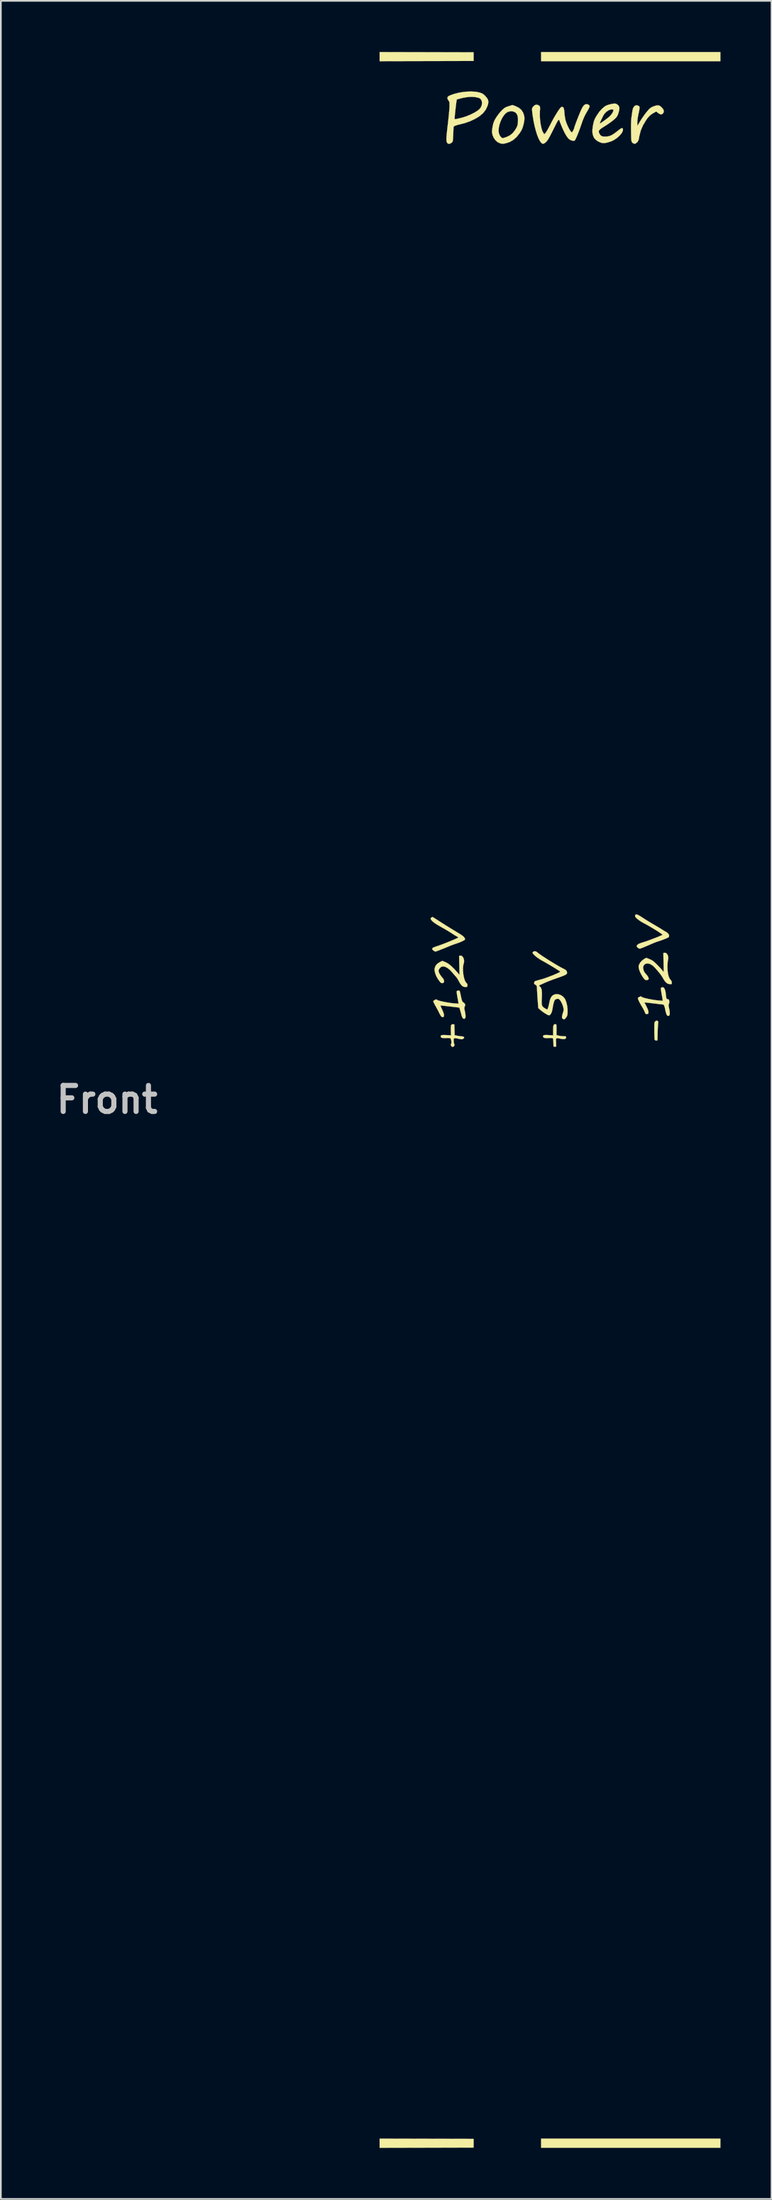
<source format=kicad_pcb>
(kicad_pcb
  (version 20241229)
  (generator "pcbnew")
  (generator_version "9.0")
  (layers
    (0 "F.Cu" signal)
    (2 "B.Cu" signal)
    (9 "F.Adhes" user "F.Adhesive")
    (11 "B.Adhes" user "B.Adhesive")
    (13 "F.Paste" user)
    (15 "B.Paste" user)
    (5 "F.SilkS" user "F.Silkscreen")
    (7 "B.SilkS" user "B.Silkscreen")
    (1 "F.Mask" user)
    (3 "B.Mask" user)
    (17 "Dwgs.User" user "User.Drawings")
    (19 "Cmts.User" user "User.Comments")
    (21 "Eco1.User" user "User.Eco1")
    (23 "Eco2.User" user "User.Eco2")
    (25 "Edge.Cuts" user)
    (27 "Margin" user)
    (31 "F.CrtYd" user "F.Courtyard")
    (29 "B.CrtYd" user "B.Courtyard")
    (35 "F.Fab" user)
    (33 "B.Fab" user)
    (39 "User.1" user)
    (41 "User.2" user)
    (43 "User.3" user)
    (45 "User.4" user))
  (footprint "Front"
    (layer "F.Cu")
    (at 29.237 61.502)
    (property "Reference" "Front" (at -26 0 0) (layer "Dwgs.User") (effects (font (size 1.524 1.524) (thickness 0.3))))
    (attr through_hole)
    (fp_poly (pts (xy 10.019 -60.96) (xy -0.508 -60.96) (xy -0.508 -61.496) (xy 10.019 -61.496) (xy 10.019 -60.96)) (stroke (width 0.01) (type solid)) (fill yes) (layer "F.SilkS"))
    (fp_poly (pts (xy 10.019 61.524) (xy -0.508 61.524) (xy -0.508 60.988) (xy 10.019 60.988) (xy 10.019 61.524)) (stroke (width 0.01) (type solid)) (fill yes) (layer "F.SilkS"))
    (fp_poly (pts (xy -7.232 -61.489) (xy -4.473 -61.482) (xy -4.473 -60.974) (xy -7.232 -60.967) (xy -9.991 -60.96) (xy -9.991 -61.496) (xy -7.232 -61.489)) (stroke (width 0.01) (type solid)) (fill yes) (layer "F.SilkS"))
    (fp_poly (pts (xy -7.232 60.995) (xy -4.473 61.002) (xy -4.473 61.51) (xy -7.232 61.518) (xy -9.991 61.525) (xy -9.991 60.988) (xy -7.232 60.995)) (stroke (width 0.01) (type solid)) (fill yes) (layer "F.SilkS"))
    (fp_poly (pts (xy 6.316 -4.631) (xy 6.327 -4.626) (xy 6.359 -4.601) (xy 6.372 -4.562) (xy 6.368 -4.493) (xy 6.362 -4.45) (xy 6.354 -4.366) (xy 6.347 -4.242) (xy 6.34 -4.093) (xy 6.336 -3.935) (xy 6.335 -3.909) (xy 6.333 -3.765) (xy 6.33 -3.641) (xy 6.328 -3.548) (xy 6.326 -3.498) (xy 6.325 -3.493) (xy 6.299 -3.472) (xy 6.246 -3.473) (xy 6.191 -3.489) (xy 6.161 -3.518) (xy 6.155 -3.56) (xy 6.15 -3.649) (xy 6.145 -3.773) (xy 6.142 -3.924) (xy 6.141 -4.056) (xy 6.14 -4.234) (xy 6.141 -4.364) (xy 6.144 -4.454) (xy 6.151 -4.515) (xy 6.162 -4.553) (xy 6.179 -4.579) (xy 6.202 -4.6) (xy 6.204 -4.602) (xy 6.264 -4.638) (xy 6.316 -4.631)) (stroke (width 0.01) (type solid)) (fill yes) (layer "F.SilkS"))
    (fp_poly (pts (xy -5.675 -4.425) (xy -5.602 -4.417) (xy -5.586 -3.785) (xy -5.439 -3.755) (xy -5.324 -3.735) (xy -5.206 -3.721) (xy -5.165 -3.718) (xy -5.074 -3.701) (xy -5.029 -3.667) (xy -5.035 -3.62) (xy -5.085 -3.574) (xy -5.128 -3.552) (xy -5.177 -3.545) (xy -5.249 -3.554) (xy -5.334 -3.571) (xy -5.468 -3.599) (xy -5.557 -3.611) (xy -5.609 -3.605) (xy -5.635 -3.578) (xy -5.644 -3.526) (xy -5.644 -3.471) (xy -5.638 -3.377) (xy -5.622 -3.301) (xy -5.612 -3.277) (xy -5.593 -3.203) (xy -5.627 -3.137) (xy -5.668 -3.107) (xy -5.721 -3.095) (xy -5.768 -3.129) (xy -5.806 -3.193) (xy -5.811 -3.254) (xy -5.789 -3.286) (xy -5.775 -3.323) (xy -5.775 -3.393) (xy -5.785 -3.476) (xy -5.804 -3.552) (xy -5.828 -3.599) (xy -5.83 -3.601) (xy -5.881 -3.616) (xy -5.979 -3.622) (xy -6.095 -3.618) (xy -6.237 -3.615) (xy -6.331 -3.628) (xy -6.385 -3.658) (xy -6.406 -3.709) (xy -6.406 -3.725) (xy -6.394 -3.762) (xy -6.354 -3.786) (xy -6.277 -3.796) (xy -6.157 -3.796) (xy -6.044 -3.79) (xy -5.8 -3.774) (xy -5.809 -4.061) (xy -5.811 -4.216) (xy -5.803 -4.323) (xy -5.783 -4.388) (xy -5.746 -4.42) (xy -5.691 -4.427) (xy -5.675 -4.425)) (stroke (width 0.01) (type solid)) (fill yes) (layer "F.SilkS"))
    (fp_poly (pts (xy 0.358 -4.429) (xy 0.377 -4.416) (xy 0.388 -4.383) (xy 0.393 -4.32) (xy 0.395 -4.218) (xy 0.395 -4.112) (xy 0.395 -3.793) (xy 0.523 -3.759) (xy 0.629 -3.739) (xy 0.753 -3.727) (xy 0.805 -3.725) (xy 0.894 -3.723) (xy 0.94 -3.713) (xy 0.957 -3.69) (xy 0.96 -3.659) (xy 0.941 -3.596) (xy 0.883 -3.562) (xy 0.782 -3.556) (xy 0.652 -3.574) (xy 0.521 -3.6) (xy 0.437 -3.61) (xy 0.389 -3.598) (xy 0.369 -3.557) (xy 0.366 -3.48) (xy 0.371 -3.365) (xy 0.381 -3.119) (xy 0.303 -3.11) (xy 0.246 -3.11) (xy 0.221 -3.124) (xy 0.219 -3.161) (xy 0.216 -3.24) (xy 0.214 -3.344) (xy 0.213 -3.367) (xy 0.206 -3.498) (xy 0.191 -3.581) (xy 0.174 -3.609) (xy 0.131 -3.618) (xy 0.047 -3.622) (xy -0.06 -3.62) (xy -0.086 -3.618) (xy -0.227 -3.615) (xy -0.321 -3.628) (xy -0.374 -3.659) (xy -0.394 -3.71) (xy -0.395 -3.725) (xy -0.382 -3.763) (xy -0.338 -3.787) (xy -0.256 -3.797) (xy -0.13 -3.796) (xy -0.039 -3.79) (xy 0.198 -3.773) (xy 0.198 -4.068) (xy 0.2 -4.219) (xy 0.209 -4.322) (xy 0.229 -4.385) (xy 0.262 -4.419) (xy 0.311 -4.43) (xy 0.33 -4.431) (xy 0.358 -4.429)) (stroke (width 0.01) (type solid)) (fill yes) (layer "F.SilkS"))
    (fp_poly (pts (xy 5.197 -58.347) (xy 5.251 -58.313) (xy 5.273 -58.273) (xy 5.273 -58.204) (xy 5.271 -58.185) (xy 5.255 -58.079) (xy 5.233 -57.964) (xy 5.227 -57.94) (xy 5.19 -57.772) (xy 5.162 -57.601) (xy 5.144 -57.443) (xy 5.14 -57.317) (xy 5.141 -57.292) (xy 5.151 -57.166) (xy 5.282 -57.391) (xy 5.404 -57.587) (xy 5.547 -57.792) (xy 5.694 -57.985) (xy 5.819 -58.132) (xy 5.917 -58.219) (xy 6.041 -58.287) (xy 6.116 -58.316) (xy 6.254 -58.359) (xy 6.359 -58.37) (xy 6.446 -58.347) (xy 6.531 -58.288) (xy 6.572 -58.251) (xy 6.664 -58.139) (xy 6.7 -58.036) (xy 6.681 -57.94) (xy 6.663 -57.912) (xy 6.596 -57.848) (xy 6.518 -57.836) (xy 6.425 -57.875) (xy 6.371 -57.915) (xy 6.256 -58.007) (xy 6.113 -57.93) (xy 5.971 -57.844) (xy 5.851 -57.742) (xy 5.737 -57.61) (xy 5.66 -57.504) (xy 5.475 -57.194) (xy 5.342 -56.883) (xy 5.264 -56.576) (xy 5.262 -56.564) (xy 5.239 -56.431) (xy 5.216 -56.34) (xy 5.19 -56.276) (xy 5.154 -56.224) (xy 5.129 -56.197) (xy 5.041 -56.127) (xy 4.962 -56.111) (xy 4.884 -56.148) (xy 4.852 -56.179) (xy 4.829 -56.204) (xy 4.812 -56.232) (xy 4.8 -56.27) (xy 4.791 -56.326) (xy 4.785 -56.408) (xy 4.78 -56.524) (xy 4.777 -56.682) (xy 4.774 -56.849) (xy 4.772 -57.096) (xy 4.775 -57.314) (xy 4.782 -57.494) (xy 4.794 -57.628) (xy 4.798 -57.658) (xy 4.818 -57.79) (xy 4.837 -57.925) (xy 4.85 -58.027) (xy 4.884 -58.179) (xy 4.942 -58.29) (xy 5.018 -58.356) (xy 5.11 -58.374) (xy 5.197 -58.347)) (stroke (width 0.01) (type solid)) (fill yes) (layer "F.SilkS"))
    (fp_poly (pts (xy 5.143 -10.863) (xy 5.234 -10.819) (xy 5.359 -10.743) (xy 5.434 -10.694) (xy 5.578 -10.601) (xy 5.751 -10.493) (xy 5.931 -10.384) (xy 6.097 -10.286) (xy 6.107 -10.281) (xy 6.248 -10.199) (xy 6.38 -10.121) (xy 6.492 -10.053) (xy 6.572 -10.003) (xy 6.59 -9.991) (xy 6.691 -9.927) (xy 6.8 -9.865) (xy 6.825 -9.852) (xy 6.92 -9.786) (xy 6.985 -9.708) (xy 7.012 -9.628) (xy 6.997 -9.559) (xy 6.98 -9.539) (xy 6.93 -9.508) (xy 6.837 -9.465) (xy 6.714 -9.415) (xy 6.572 -9.362) (xy 6.423 -9.312) (xy 6.336 -9.285) (xy 6.254 -9.256) (xy 6.144 -9.214) (xy 6.026 -9.165) (xy 6.011 -9.159) (xy 5.786 -9.061) (xy 5.599 -8.982) (xy 5.453 -8.922) (xy 5.351 -8.882) (xy 5.296 -8.864) (xy 5.289 -8.863) (xy 5.248 -8.876) (xy 5.186 -8.906) (xy 5.122 -8.964) (xy 5.108 -9.017) (xy 5.129 -9.074) (xy 5.194 -9.129) (xy 5.307 -9.182) (xy 5.471 -9.238) (xy 5.544 -9.258) (xy 5.629 -9.285) (xy 5.751 -9.327) (xy 5.897 -9.381) (xy 6.056 -9.441) (xy 6.217 -9.503) (xy 6.366 -9.563) (xy 6.494 -9.616) (xy 6.587 -9.658) (xy 6.623 -9.676) (xy 6.611 -9.695) (xy 6.557 -9.738) (xy 6.469 -9.799) (xy 6.354 -9.875) (xy 6.22 -9.96) (xy 6.073 -10.05) (xy 5.922 -10.14) (xy 5.774 -10.226) (xy 5.636 -10.303) (xy 5.516 -10.366) (xy 5.505 -10.372) (xy 5.385 -10.439) (xy 5.264 -10.518) (xy 5.155 -10.6) (xy 5.071 -10.674) (xy 5.031 -10.722) (xy 5.01 -10.784) (xy 5.013 -10.821) (xy 5.039 -10.862) (xy 5.08 -10.877) (xy 5.143 -10.863)) (stroke (width 0.01) (type solid)) (fill yes) (layer "F.SilkS"))
    (fp_poly (pts (xy -6.857 -10.71) (xy -6.79 -10.669) (xy -6.694 -10.609) (xy -6.577 -10.534) (xy -6.527 -10.501) (xy -6.375 -10.403) (xy -6.194 -10.288) (xy -6.005 -10.17) (xy -5.827 -10.06) (xy -5.781 -10.032) (xy -5.631 -9.941) (xy -5.483 -9.851) (xy -5.35 -9.77) (xy -5.246 -9.706) (xy -5.207 -9.681) (xy -5.097 -9.602) (xy -5.019 -9.523) (xy -4.978 -9.451) (xy -4.982 -9.397) (xy -5.025 -9.361) (xy -5.113 -9.313) (xy -5.234 -9.258) (xy -5.378 -9.202) (xy -5.503 -9.159) (xy -5.642 -9.112) (xy -5.787 -9.058) (xy -5.911 -9.008) (xy -5.927 -9.001) (xy -6.021 -8.961) (xy -6.138 -8.913) (xy -6.268 -8.861) (xy -6.399 -8.809) (xy -6.521 -8.762) (xy -6.621 -8.724) (xy -6.69 -8.7) (xy -6.715 -8.693) (xy -6.747 -8.706) (xy -6.807 -8.739) (xy -6.825 -8.75) (xy -6.892 -8.808) (xy -6.905 -8.865) (xy -6.863 -8.916) (xy -6.83 -8.935) (xy -6.771 -8.958) (xy -6.676 -8.992) (xy -6.561 -9.031) (xy -6.519 -9.045) (xy -6.419 -9.08) (xy -6.29 -9.128) (xy -6.143 -9.185) (xy -5.985 -9.247) (xy -5.828 -9.311) (xy -5.681 -9.373) (xy -5.553 -9.428) (xy -5.454 -9.473) (xy -5.393 -9.503) (xy -5.379 -9.512) (xy -5.383 -9.539) (xy -5.431 -9.57) (xy -5.436 -9.572) (xy -5.494 -9.603) (xy -5.584 -9.656) (xy -5.692 -9.725) (xy -5.763 -9.771) (xy -5.892 -9.853) (xy -6.049 -9.948) (xy -6.212 -10.043) (xy -6.328 -10.108) (xy -6.558 -10.239) (xy -6.737 -10.353) (xy -6.866 -10.45) (xy -6.948 -10.534) (xy -6.97 -10.568) (xy -6.996 -10.625) (xy -6.988 -10.659) (xy -6.958 -10.685) (xy -6.909 -10.716) (xy -6.886 -10.724) (xy -6.857 -10.71)) (stroke (width 0.01) (type solid)) (fill yes) (layer "F.SilkS"))
    (fp_poly (pts (xy -5.183 -8.45) (xy -5.119 -8.398) (xy -5.069 -8.314) (xy -5.037 -8.212) (xy -5.03 -8.103) (xy -5.05 -8.006) (xy -5.083 -7.876) (xy -5.097 -7.719) (xy -5.094 -7.544) (xy -5.077 -7.366) (xy -5.045 -7.194) (xy -5.003 -7.042) (xy -4.95 -6.921) (xy -4.889 -6.843) (xy -4.88 -6.836) (xy -4.837 -6.782) (xy -4.831 -6.707) (xy -4.847 -6.643) (xy -4.884 -6.617) (xy -4.911 -6.614) (xy -4.995 -6.618) (xy -5.055 -6.628) (xy -5.144 -6.677) (xy -5.237 -6.782) (xy -5.332 -6.94) (xy -5.348 -6.971) (xy -5.402 -7.068) (xy -5.458 -7.155) (xy -5.492 -7.197) (xy -5.541 -7.252) (xy -5.612 -7.334) (xy -5.693 -7.429) (xy -5.714 -7.454) (xy -5.866 -7.617) (xy -6.007 -7.731) (xy -6.143 -7.799) (xy -6.181 -7.811) (xy -6.299 -7.822) (xy -6.397 -7.784) (xy -6.479 -7.694) (xy -6.509 -7.641) (xy -6.531 -7.588) (xy -6.531 -7.538) (xy -6.508 -7.469) (xy -6.492 -7.432) (xy -6.438 -7.333) (xy -6.363 -7.229) (xy -6.322 -7.179) (xy -6.25 -7.091) (xy -6.215 -7.017) (xy -6.209 -6.96) (xy -6.217 -6.891) (xy -6.248 -6.857) (xy -6.282 -6.846) (xy -6.331 -6.839) (xy -6.373 -6.851) (xy -6.42 -6.888) (xy -6.478 -6.958) (xy -6.557 -7.068) (xy -6.562 -7.074) (xy -6.651 -7.226) (xy -6.719 -7.388) (xy -6.759 -7.543) (xy -6.766 -7.677) (xy -6.763 -7.699) (xy -6.712 -7.849) (xy -6.61 -7.975) (xy -6.47 -8.068) (xy -6.313 -8.148) (xy -6.127 -8.074) (xy -5.971 -7.991) (xy -5.798 -7.857) (xy -5.606 -7.671) (xy -5.421 -7.465) (xy -5.301 -7.324) (xy -5.313 -7.882) (xy -5.324 -8.44) (xy -5.253 -8.458) (xy -5.183 -8.45)) (stroke (width 0.01) (type solid)) (fill yes) (layer "F.SilkS"))
    (fp_poly (pts (xy 6.812 -8.619) (xy 6.878 -8.568) (xy 6.928 -8.485) (xy 6.957 -8.381) (xy 6.958 -8.269) (xy 6.946 -8.214) (xy 6.933 -8.142) (xy 6.921 -8.032) (xy 6.913 -7.902) (xy 6.911 -7.832) (xy 6.917 -7.6) (xy 6.943 -7.395) (xy 6.988 -7.224) (xy 7.049 -7.096) (xy 7.087 -7.048) (xy 7.151 -6.96) (xy 7.168 -6.87) (xy 7.167 -6.817) (xy 7.155 -6.789) (xy 7.119 -6.78) (xy 7.047 -6.785) (xy 6.979 -6.794) (xy 6.884 -6.833) (xy 6.786 -6.923) (xy 6.689 -7.062) (xy 6.642 -7.148) (xy 6.587 -7.239) (xy 6.503 -7.357) (xy 6.4 -7.488) (xy 6.289 -7.619) (xy 6.181 -7.739) (xy 6.086 -7.834) (xy 6.034 -7.879) (xy 5.893 -7.963) (xy 5.763 -7.999) (xy 5.648 -7.986) (xy 5.554 -7.924) (xy 5.533 -7.898) (xy 5.492 -7.828) (xy 5.483 -7.756) (xy 5.49 -7.696) (xy 5.512 -7.594) (xy 5.546 -7.512) (xy 5.603 -7.43) (xy 5.676 -7.347) (xy 5.752 -7.249) (xy 5.798 -7.16) (xy 5.811 -7.09) (xy 5.796 -7.057) (xy 5.718 -7.018) (xy 5.632 -7.023) (xy 5.568 -7.063) (xy 5.463 -7.201) (xy 5.364 -7.366) (xy 5.286 -7.532) (xy 5.253 -7.627) (xy 5.227 -7.732) (xy 5.218 -7.806) (xy 5.226 -7.869) (xy 5.241 -7.918) (xy 5.31 -8.047) (xy 5.419 -8.168) (xy 5.55 -8.263) (xy 5.566 -8.272) (xy 5.671 -8.326) (xy 5.862 -8.25) (xy 5.968 -8.202) (xy 6.062 -8.144) (xy 6.16 -8.063) (xy 6.268 -7.96) (xy 6.37 -7.856) (xy 6.471 -7.75) (xy 6.554 -7.659) (xy 6.588 -7.62) (xy 6.695 -7.493) (xy 6.683 -8.051) (xy 6.671 -8.609) (xy 6.737 -8.626) (xy 6.812 -8.619)) (stroke (width 0.01) (type solid)) (fill yes) (layer "F.SilkS"))
    (fp_poly (pts (xy -2.015 -58.323) (xy -1.819 -58.228) (xy -1.67 -58.103) (xy -1.569 -57.948) (xy -1.559 -57.926) (xy -1.511 -57.788) (xy -1.488 -57.659) (xy -1.489 -57.523) (xy -1.515 -57.361) (xy -1.541 -57.249) (xy -1.582 -57.098) (xy -1.626 -56.98) (xy -1.682 -56.87) (xy -1.763 -56.744) (xy -1.77 -56.733) (xy -1.952 -56.505) (xy -2.152 -56.331) (xy -2.372 -56.209) (xy -2.519 -56.16) (xy -2.637 -56.13) (xy -2.718 -56.115) (xy -2.783 -56.113) (xy -2.85 -56.124) (xy -2.927 -56.144) (xy -3.063 -56.208) (xy -3.186 -56.317) (xy -3.287 -56.457) (xy -3.358 -56.617) (xy -3.39 -56.784) (xy -3.391 -56.804) (xy -3.388 -56.863) (xy -3.005 -56.863) (xy -2.99 -56.744) (xy -2.951 -56.633) (xy -2.893 -56.537) (xy -2.828 -56.47) (xy -2.764 -56.444) (xy -2.715 -56.454) (xy -2.631 -56.479) (xy -2.53 -56.514) (xy -2.522 -56.517) (xy -2.335 -56.61) (xy -2.176 -56.74) (xy -2.038 -56.915) (xy -1.982 -57.008) (xy -1.93 -57.105) (xy -1.898 -57.187) (xy -1.88 -57.274) (xy -1.87 -57.39) (xy -1.868 -57.44) (xy -1.869 -57.628) (xy -1.895 -57.772) (xy -1.948 -57.88) (xy -2.031 -57.959) (xy -2.047 -57.969) (xy -2.168 -58.014) (xy -2.31 -58.021) (xy -2.449 -57.989) (xy -2.476 -57.978) (xy -2.593 -57.895) (xy -2.704 -57.768) (xy -2.805 -57.607) (xy -2.89 -57.425) (xy -2.955 -57.232) (xy -2.995 -57.041) (xy -3.005 -56.863) (xy -3.388 -56.863) (xy -3.386 -56.896) (xy -3.372 -57.02) (xy -3.35 -57.152) (xy -3.345 -57.178) (xy -3.313 -57.314) (xy -3.272 -57.429) (xy -3.213 -57.546) (xy -3.146 -57.658) (xy -3.056 -57.788) (xy -2.95 -57.925) (xy -2.846 -58.043) (xy -2.817 -58.073) (xy -2.719 -58.164) (xy -2.637 -58.226) (xy -2.549 -58.271) (xy -2.435 -58.312) (xy -2.416 -58.318) (xy -2.194 -58.388) (xy -2.015 -58.323)) (stroke (width 0.01) (type solid)) (fill yes) (layer "F.SilkS"))
    (fp_poly (pts (xy -5.327 -6.404) (xy -5.3 -6.39) (xy -5.28 -6.354) (xy -5.261 -6.284) (xy -5.238 -6.17) (xy -5.236 -6.16) (xy -5.203 -5.999) (xy -5.175 -5.884) (xy -5.15 -5.806) (xy -5.122 -5.754) (xy -5.089 -5.719) (xy -5.052 -5.695) (xy -4.984 -5.63) (xy -4.966 -5.544) (xy -5 -5.45) (xy -5.017 -5.401) (xy -5.014 -5.328) (xy -4.997 -5.246) (xy -4.962 -5.069) (xy -4.946 -4.928) (xy -4.95 -4.829) (xy -4.968 -4.783) (xy -5.025 -4.744) (xy -5.082 -4.762) (xy -5.12 -4.805) (xy -5.157 -4.881) (xy -5.18 -4.953) (xy -5.198 -5.025) (xy -5.226 -5.127) (xy -5.253 -5.221) (xy -5.307 -5.405) (xy -5.859 -5.471) (xy -6.028 -5.491) (xy -6.178 -5.507) (xy -6.299 -5.519) (xy -6.382 -5.527) (xy -6.419 -5.528) (xy -6.42 -5.527) (xy -6.413 -5.499) (xy -6.386 -5.434) (xy -6.345 -5.343) (xy -6.333 -5.319) (xy -6.26 -5.152) (xy -6.218 -5.018) (xy -6.21 -4.92) (xy -6.233 -4.861) (xy -6.289 -4.845) (xy -6.306 -4.847) (xy -6.349 -4.865) (xy -6.39 -4.909) (xy -6.438 -4.987) (xy -6.484 -5.076) (xy -6.549 -5.206) (xy -6.629 -5.356) (xy -6.707 -5.498) (xy -6.724 -5.527) (xy -6.78 -5.631) (xy -6.821 -5.717) (xy -6.842 -5.774) (xy -6.842 -5.788) (xy -6.808 -5.818) (xy -6.746 -5.856) (xy -6.741 -5.858) (xy -6.68 -5.885) (xy -6.645 -5.883) (xy -6.623 -5.86) (xy -6.581 -5.837) (xy -6.493 -5.809) (xy -6.371 -5.777) (xy -6.225 -5.745) (xy -6.065 -5.715) (xy -5.901 -5.688) (xy -5.745 -5.666) (xy -5.607 -5.653) (xy -5.605 -5.653) (xy -5.353 -5.636) (xy -5.371 -5.732) (xy -5.383 -5.804) (xy -5.403 -5.912) (xy -5.425 -6.036) (xy -5.433 -6.079) (xy -5.452 -6.194) (xy -5.463 -6.291) (xy -5.466 -6.355) (xy -5.463 -6.368) (xy -5.427 -6.396) (xy -5.367 -6.406) (xy -5.327 -6.404)) (stroke (width 0.01) (type solid)) (fill yes) (layer "F.SilkS"))
    (fp_poly (pts (xy 6.696 -6.575) (xy 6.751 -6.495) (xy 6.792 -6.365) (xy 6.815 -6.206) (xy 6.83 -6.071) (xy 6.843 -5.982) (xy 6.859 -5.931) (xy 6.882 -5.906) (xy 6.914 -5.899) (xy 6.928 -5.898) (xy 6.977 -5.888) (xy 7.004 -5.847) (xy 7.016 -5.797) (xy 7.018 -5.69) (xy 6.999 -5.629) (xy 6.979 -5.575) (xy 6.979 -5.508) (xy 6.998 -5.413) (xy 7.033 -5.238) (xy 7.048 -5.098) (xy 7.044 -4.998) (xy 7.027 -4.952) (xy 6.97 -4.914) (xy 6.912 -4.931) (xy 6.872 -4.977) (xy 6.846 -5.037) (xy 6.816 -5.133) (xy 6.79 -5.246) (xy 6.787 -5.261) (xy 6.756 -5.408) (xy 6.725 -5.506) (xy 6.693 -5.563) (xy 6.655 -5.587) (xy 6.638 -5.589) (xy 6.596 -5.593) (xy 6.507 -5.602) (xy 6.382 -5.617) (xy 6.231 -5.635) (xy 6.075 -5.654) (xy 5.912 -5.674) (xy 5.77 -5.69) (xy 5.659 -5.703) (xy 5.585 -5.71) (xy 5.56 -5.712) (xy 5.572 -5.686) (xy 5.604 -5.621) (xy 5.651 -5.53) (xy 5.676 -5.482) (xy 5.743 -5.338) (xy 5.785 -5.217) (xy 5.796 -5.148) (xy 5.795 -5.076) (xy 5.776 -5.043) (xy 5.727 -5.031) (xy 5.711 -5.029) (xy 5.651 -5.029) (xy 5.617 -5.054) (xy 5.591 -5.118) (xy 5.587 -5.128) (xy 5.554 -5.208) (xy 5.501 -5.312) (xy 5.448 -5.405) (xy 5.363 -5.547) (xy 5.286 -5.688) (xy 5.224 -5.813) (xy 5.184 -5.909) (xy 5.181 -5.919) (xy 5.176 -5.965) (xy 5.206 -6) (xy 5.262 -6.03) (xy 5.329 -6.059) (xy 5.366 -6.062) (xy 5.394 -6.038) (xy 5.398 -6.033) (xy 5.44 -6.009) (xy 5.528 -5.98) (xy 5.651 -5.947) (xy 5.799 -5.915) (xy 5.96 -5.884) (xy 6.125 -5.856) (xy 6.284 -5.835) (xy 6.402 -5.823) (xy 6.64 -5.805) (xy 6.626 -5.887) (xy 6.589 -6.096) (xy 6.562 -6.256) (xy 6.542 -6.374) (xy 6.53 -6.457) (xy 6.525 -6.511) (xy 6.526 -6.544) (xy 6.531 -6.562) (xy 6.542 -6.572) (xy 6.55 -6.578) (xy 6.629 -6.603) (xy 6.696 -6.575)) (stroke (width 0.01) (type solid)) (fill yes) (layer "F.SilkS"))
    (fp_poly (pts (xy 3.857 -58.469) (xy 3.926 -58.444) (xy 3.952 -58.428) (xy 4.031 -58.361) (xy 4.077 -58.284) (xy 4.091 -58.188) (xy 4.074 -58.064) (xy 4.029 -57.902) (xy 3.992 -57.799) (xy 3.951 -57.72) (xy 3.895 -57.648) (xy 3.81 -57.565) (xy 3.782 -57.54) (xy 3.687 -57.461) (xy 3.559 -57.366) (xy 3.414 -57.265) (xy 3.267 -57.169) (xy 3.246 -57.156) (xy 3.093 -57.059) (xy 2.986 -56.983) (xy 2.917 -56.921) (xy 2.883 -56.864) (xy 2.879 -56.808) (xy 2.899 -56.744) (xy 2.92 -56.701) (xy 2.978 -56.613) (xy 3.05 -56.56) (xy 3.15 -56.535) (xy 3.289 -56.534) (xy 3.313 -56.535) (xy 3.429 -56.548) (xy 3.535 -56.576) (xy 3.641 -56.623) (xy 3.759 -56.695) (xy 3.9 -56.798) (xy 4.009 -56.885) (xy 4.122 -56.971) (xy 4.202 -57.02) (xy 4.254 -57.032) (xy 4.286 -57.01) (xy 4.298 -56.979) (xy 4.295 -56.887) (xy 4.249 -56.778) (xy 4.165 -56.661) (xy 4.053 -56.544) (xy 3.92 -56.433) (xy 3.773 -56.336) (xy 3.619 -56.26) (xy 3.557 -56.238) (xy 3.396 -56.189) (xy 3.272 -56.161) (xy 3.171 -56.152) (xy 3.08 -56.16) (xy 3.019 -56.174) (xy 2.865 -56.235) (xy 2.729 -56.323) (xy 2.626 -56.427) (xy 2.593 -56.479) (xy 2.537 -56.612) (xy 2.508 -56.749) (xy 2.503 -56.903) (xy 2.522 -57.088) (xy 2.54 -57.192) (xy 2.561 -57.3) (xy 2.935 -57.3) (xy 2.956 -57.307) (xy 3.011 -57.341) (xy 3.091 -57.395) (xy 3.186 -57.462) (xy 3.285 -57.535) (xy 3.38 -57.606) (xy 3.458 -57.669) (xy 3.508 -57.712) (xy 3.595 -57.806) (xy 3.667 -57.906) (xy 3.718 -57.999) (xy 3.738 -58.072) (xy 3.735 -58.096) (xy 3.71 -58.127) (xy 3.655 -58.134) (xy 3.606 -58.129) (xy 3.464 -58.084) (xy 3.327 -57.994) (xy 3.209 -57.869) (xy 3.195 -57.849) (xy 3.156 -57.785) (xy 3.107 -57.692) (xy 3.054 -57.585) (xy 3.004 -57.478) (xy 2.963 -57.385) (xy 2.939 -57.32) (xy 2.935 -57.3) (xy 2.561 -57.3) (xy 2.569 -57.34) (xy 2.599 -57.453) (xy 2.638 -57.553) (xy 2.693 -57.66) (xy 2.752 -57.76) (xy 2.903 -57.984) (xy 3.068 -58.165) (xy 3.093 -58.188) (xy 3.195 -58.276) (xy 3.28 -58.335) (xy 3.369 -58.376) (xy 3.483 -58.412) (xy 3.498 -58.416) (xy 3.655 -58.455) (xy 3.77 -58.472) (xy 3.857 -58.469)) (stroke (width 0.01) (type solid)) (fill yes) (layer "F.SilkS"))
    (fp_poly (pts (xy -4.341 -59.164) (xy -4.141 -59.126) (xy -4.132 -59.123) (xy -4.012 -59.083) (xy -3.926 -59.04) (xy -3.849 -58.978) (xy -3.784 -58.914) (xy -3.68 -58.791) (xy -3.622 -58.681) (xy -3.604 -58.567) (xy -3.624 -58.435) (xy -3.654 -58.336) (xy -3.757 -58.117) (xy -3.908 -57.92) (xy -4.11 -57.744) (xy -4.194 -57.686) (xy -4.424 -57.555) (xy -4.688 -57.434) (xy -4.965 -57.334) (xy -5.232 -57.263) (xy -5.235 -57.262) (xy -5.397 -57.224) (xy -5.526 -57.184) (xy -5.612 -57.145) (xy -5.648 -57.114) (xy -5.65 -57.085) (xy -5.654 -57.01) (xy -5.659 -56.898) (xy -5.665 -56.758) (xy -5.669 -56.675) (xy -5.676 -56.51) (xy -5.683 -56.392) (xy -5.691 -56.311) (xy -5.702 -56.257) (xy -5.719 -56.222) (xy -5.743 -56.194) (xy -5.766 -56.174) (xy -5.851 -56.122) (xy -5.933 -56.107) (xy -5.997 -56.133) (xy -6.004 -56.141) (xy -6.03 -56.177) (xy -6.049 -56.217) (xy -6.062 -56.267) (xy -6.069 -56.334) (xy -6.069 -56.423) (xy -6.063 -56.539) (xy -6.05 -56.69) (xy -6.03 -56.881) (xy -6.003 -57.117) (xy -5.978 -57.333) (xy -5.953 -57.55) (xy -5.947 -57.607) (xy -5.588 -57.607) (xy -5.577 -57.559) (xy -5.539 -57.555) (xy -5.539 -57.555) (xy -5.485 -57.568) (xy -5.398 -57.587) (xy -5.32 -57.603) (xy -5.105 -57.657) (xy -4.879 -57.733) (xy -4.655 -57.826) (xy -4.447 -57.928) (xy -4.269 -58.035) (xy -4.144 -58.131) (xy -4.053 -58.241) (xy -3.998 -58.367) (xy -3.978 -58.498) (xy -3.994 -58.62) (xy -4.046 -58.723) (xy -4.124 -58.789) (xy -4.18 -58.809) (xy -4.272 -58.832) (xy -4.381 -58.853) (xy -4.384 -58.854) (xy -4.588 -58.869) (xy -4.827 -58.854) (xy -5.09 -58.81) (xy -5.28 -58.762) (xy -5.461 -58.712) (xy -5.481 -58.587) (xy -5.493 -58.502) (xy -5.509 -58.381) (xy -5.526 -58.238) (xy -5.543 -58.085) (xy -5.559 -57.934) (xy -5.573 -57.798) (xy -5.583 -57.689) (xy -5.588 -57.619) (xy -5.588 -57.607) (xy -5.947 -57.607) (xy -5.931 -57.762) (xy -5.913 -57.958) (xy -5.898 -58.129) (xy -5.889 -58.263) (xy -5.886 -58.34) (xy -5.887 -58.462) (xy -5.893 -58.543) (xy -5.908 -58.597) (xy -5.934 -58.637) (xy -5.948 -58.652) (xy -5.993 -58.723) (xy -6.011 -58.795) (xy -6.004 -58.843) (xy -5.976 -58.884) (xy -5.921 -58.923) (xy -5.83 -58.963) (xy -5.696 -59.011) (xy -5.616 -59.038) (xy -5.37 -59.103) (xy -5.106 -59.149) (xy -4.837 -59.176) (xy -4.577 -59.181) (xy -4.341 -59.164)) (stroke (width 0.01) (type solid)) (fill yes) (layer "F.SilkS"))
    (fp_poly (pts (xy 2.207 -58.435) (xy 2.282 -58.401) (xy 2.332 -58.347) (xy 2.342 -58.308) (xy 2.328 -58.263) (xy 2.29 -58.182) (xy 2.234 -58.077) (xy 2.172 -57.971) (xy 2.085 -57.818) (xy 2.009 -57.659) (xy 1.935 -57.479) (xy 1.858 -57.261) (xy 1.852 -57.243) (xy 1.779 -57.031) (xy 1.706 -56.833) (xy 1.636 -56.656) (xy 1.573 -56.506) (xy 1.519 -56.391) (xy 1.478 -56.319) (xy 1.458 -56.297) (xy 1.398 -56.286) (xy 1.312 -56.299) (xy 1.219 -56.331) (xy 1.15 -56.37) (xy 1.065 -56.455) (xy 0.97 -56.59) (xy 0.868 -56.769) (xy 0.763 -56.987) (xy 0.708 -57.114) (xy 0.655 -57.245) (xy 0.611 -57.357) (xy 0.579 -57.441) (xy 0.565 -57.485) (xy 0.564 -57.488) (xy 0.548 -57.515) (xy 0.509 -57.504) (xy 0.484 -57.48) (xy 0.463 -57.445) (xy 0.421 -57.367) (xy 0.362 -57.254) (xy 0.291 -57.114) (xy 0.21 -56.954) (xy 0.173 -56.879) (xy 0.07 -56.676) (xy -0.013 -56.518) (xy -0.081 -56.398) (xy -0.138 -56.31) (xy -0.188 -56.246) (xy -0.224 -56.21) (xy -0.315 -56.138) (xy -0.387 -56.111) (xy -0.451 -56.129) (xy -0.514 -56.183) (xy -0.591 -56.293) (xy -0.67 -56.451) (xy -0.747 -56.651) (xy -0.82 -56.886) (xy -0.888 -57.148) (xy -0.947 -57.43) (xy -0.997 -57.724) (xy -1.02 -57.901) (xy -1.035 -58.03) (xy -1.042 -58.117) (xy -1.039 -58.175) (xy -1.026 -58.218) (xy -1.002 -58.258) (xy -0.989 -58.276) (xy -0.899 -58.368) (xy -0.798 -58.407) (xy -0.694 -58.392) (xy -0.611 -58.339) (xy -0.587 -58.312) (xy -0.574 -58.275) (xy -0.569 -58.215) (xy -0.572 -58.121) (xy -0.579 -58.021) (xy -0.584 -57.822) (xy -0.576 -57.61) (xy -0.555 -57.396) (xy -0.523 -57.193) (xy -0.482 -57.011) (xy -0.434 -56.863) (xy -0.386 -56.768) (xy -0.32 -56.671) (xy -0.248 -56.748) (xy -0.211 -56.799) (xy -0.156 -56.89) (xy -0.087 -57.012) (xy -0.012 -57.153) (xy 0.041 -57.256) (xy 0.139 -57.444) (xy 0.24 -57.628) (xy 0.342 -57.801) (xy 0.438 -57.958) (xy 0.526 -58.09) (xy 0.601 -58.193) (xy 0.659 -58.258) (xy 0.693 -58.279) (xy 0.754 -58.272) (xy 0.797 -58.247) (xy 0.825 -58.193) (xy 0.844 -58.102) (xy 0.858 -57.964) (xy 0.859 -57.94) (xy 0.874 -57.793) (xy 0.896 -57.643) (xy 0.921 -57.515) (xy 0.932 -57.473) (xy 0.975 -57.343) (xy 1.031 -57.205) (xy 1.093 -57.072) (xy 1.157 -56.953) (xy 1.217 -56.859) (xy 1.268 -56.799) (xy 1.297 -56.783) (xy 1.324 -56.806) (xy 1.361 -56.864) (xy 1.399 -56.936) (xy 1.428 -57.006) (xy 1.439 -57.052) (xy 1.449 -57.092) (xy 1.478 -57.176) (xy 1.521 -57.296) (xy 1.576 -57.443) (xy 1.641 -57.609) (xy 1.67 -57.683) (xy 1.759 -57.902) (xy 1.832 -58.073) (xy 1.895 -58.203) (xy 1.95 -58.297) (xy 2.001 -58.363) (xy 2.053 -58.405) (xy 2.107 -58.43) (xy 2.127 -58.436) (xy 2.207 -58.435)) (stroke (width 0.01) (type solid)) (fill yes) (layer "F.SilkS"))
    (fp_poly (pts (xy -0.769 -8.678) (xy -0.723 -8.642) (xy -0.653 -8.585) (xy -0.543 -8.505) (xy -0.4 -8.409) (xy -0.235 -8.301) (xy -0.055 -8.186) (xy 0.131 -8.071) (xy 0.314 -7.961) (xy 0.486 -7.86) (xy 0.637 -7.775) (xy 0.759 -7.711) (xy 0.81 -7.687) (xy 0.924 -7.624) (xy 0.99 -7.555) (xy 1.015 -7.47) (xy 1.016 -7.445) (xy 1.005 -7.401) (xy 0.969 -7.359) (xy 0.899 -7.317) (xy 0.789 -7.269) (xy 0.635 -7.212) (xy 0.403 -7.13) (xy 0.215 -7.062) (xy 0.058 -7.004) (xy -0.077 -6.952) (xy -0.201 -6.901) (xy -0.324 -6.847) (xy -0.458 -6.786) (xy -0.51 -6.762) (xy -0.638 -6.703) (xy -0.563 -6.627) (xy -0.52 -6.572) (xy -0.489 -6.501) (xy -0.47 -6.405) (xy -0.461 -6.277) (xy -0.461 -6.108) (xy -0.468 -5.93) (xy -0.473 -5.759) (xy -0.471 -5.634) (xy -0.456 -5.544) (xy -0.427 -5.478) (xy -0.378 -5.426) (xy -0.307 -5.377) (xy -0.277 -5.359) (xy -0.146 -5.282) (xy -0.102 -5.391) (xy -0.072 -5.483) (xy -0.044 -5.598) (xy -0.032 -5.664) (xy 0.011 -5.858) (xy 0.07 -6.002) (xy 0.15 -6.104) (xy 0.256 -6.167) (xy 0.347 -6.192) (xy 0.491 -6.192) (xy 0.637 -6.145) (xy 0.77 -6.059) (xy 0.875 -5.943) (xy 0.904 -5.894) (xy 0.973 -5.72) (xy 1.022 -5.513) (xy 1.047 -5.293) (xy 1.046 -5.081) (xy 1.028 -4.948) (xy 1.006 -4.895) (xy 0.963 -4.828) (xy 0.914 -4.766) (xy 0.87 -4.724) (xy 0.851 -4.716) (xy 0.81 -4.726) (xy 0.783 -4.733) (xy 0.733 -4.772) (xy 0.717 -4.854) (xy 0.736 -4.974) (xy 0.759 -5.05) (xy 0.791 -5.15) (xy 0.812 -5.236) (xy 0.818 -5.282) (xy 0.804 -5.389) (xy 0.766 -5.521) (xy 0.712 -5.656) (xy 0.652 -5.772) (xy 0.611 -5.829) (xy 0.553 -5.893) (xy 0.509 -5.922) (xy 0.46 -5.923) (xy 0.406 -5.911) (xy 0.342 -5.891) (xy 0.301 -5.859) (xy 0.27 -5.8) (xy 0.246 -5.732) (xy 0.216 -5.622) (xy 0.187 -5.487) (xy 0.168 -5.368) (xy 0.136 -5.206) (xy 0.088 -5.076) (xy 0.027 -4.988) (xy -0.028 -4.953) (xy -0.078 -4.96) (xy -0.161 -4.998) (xy -0.265 -5.058) (xy -0.38 -5.135) (xy -0.495 -5.221) (xy -0.57 -5.284) (xy -0.674 -5.376) (xy -0.708 -5.828) (xy -0.721 -6.001) (xy -0.732 -6.174) (xy -0.741 -6.329) (xy -0.747 -6.45) (xy -0.749 -6.487) (xy -0.753 -6.594) (xy -0.763 -6.661) (xy -0.783 -6.701) (xy -0.819 -6.732) (xy -0.845 -6.748) (xy -0.905 -6.793) (xy -0.921 -6.836) (xy -0.916 -6.866) (xy -0.893 -6.924) (xy -0.879 -6.948) (xy -0.846 -6.963) (xy -0.769 -6.987) (xy -0.661 -7.019) (xy -0.536 -7.052) (xy -0.416 -7.087) (xy -0.274 -7.133) (xy -0.12 -7.188) (xy 0.04 -7.249) (xy 0.195 -7.31) (xy 0.338 -7.37) (xy 0.459 -7.425) (xy 0.551 -7.47) (xy 0.604 -7.503) (xy 0.613 -7.517) (xy 0.586 -7.54) (xy 0.519 -7.587) (xy 0.418 -7.651) (xy 0.293 -7.729) (xy 0.15 -7.816) (xy -0.002 -7.907) (xy -0.156 -7.997) (xy -0.302 -8.081) (xy -0.434 -8.154) (xy -0.459 -8.167) (xy -0.59 -8.245) (xy -0.724 -8.337) (xy -0.838 -8.425) (xy -0.868 -8.452) (xy -0.95 -8.532) (xy -0.995 -8.585) (xy -1.009 -8.622) (xy -1 -8.654) (xy -0.999 -8.655) (xy -0.939 -8.707) (xy -0.858 -8.714) (xy -0.769 -8.678)) (stroke (width 0.01) (type solid)) (fill yes) (layer "F.SilkS")))
  (gr_rect
    (start -3 -3)
    (end 42.261 126.031)
    (stroke (width 0.1) (type default))
    (fill no)
    (layer "Edge.Cuts")))
</source>
